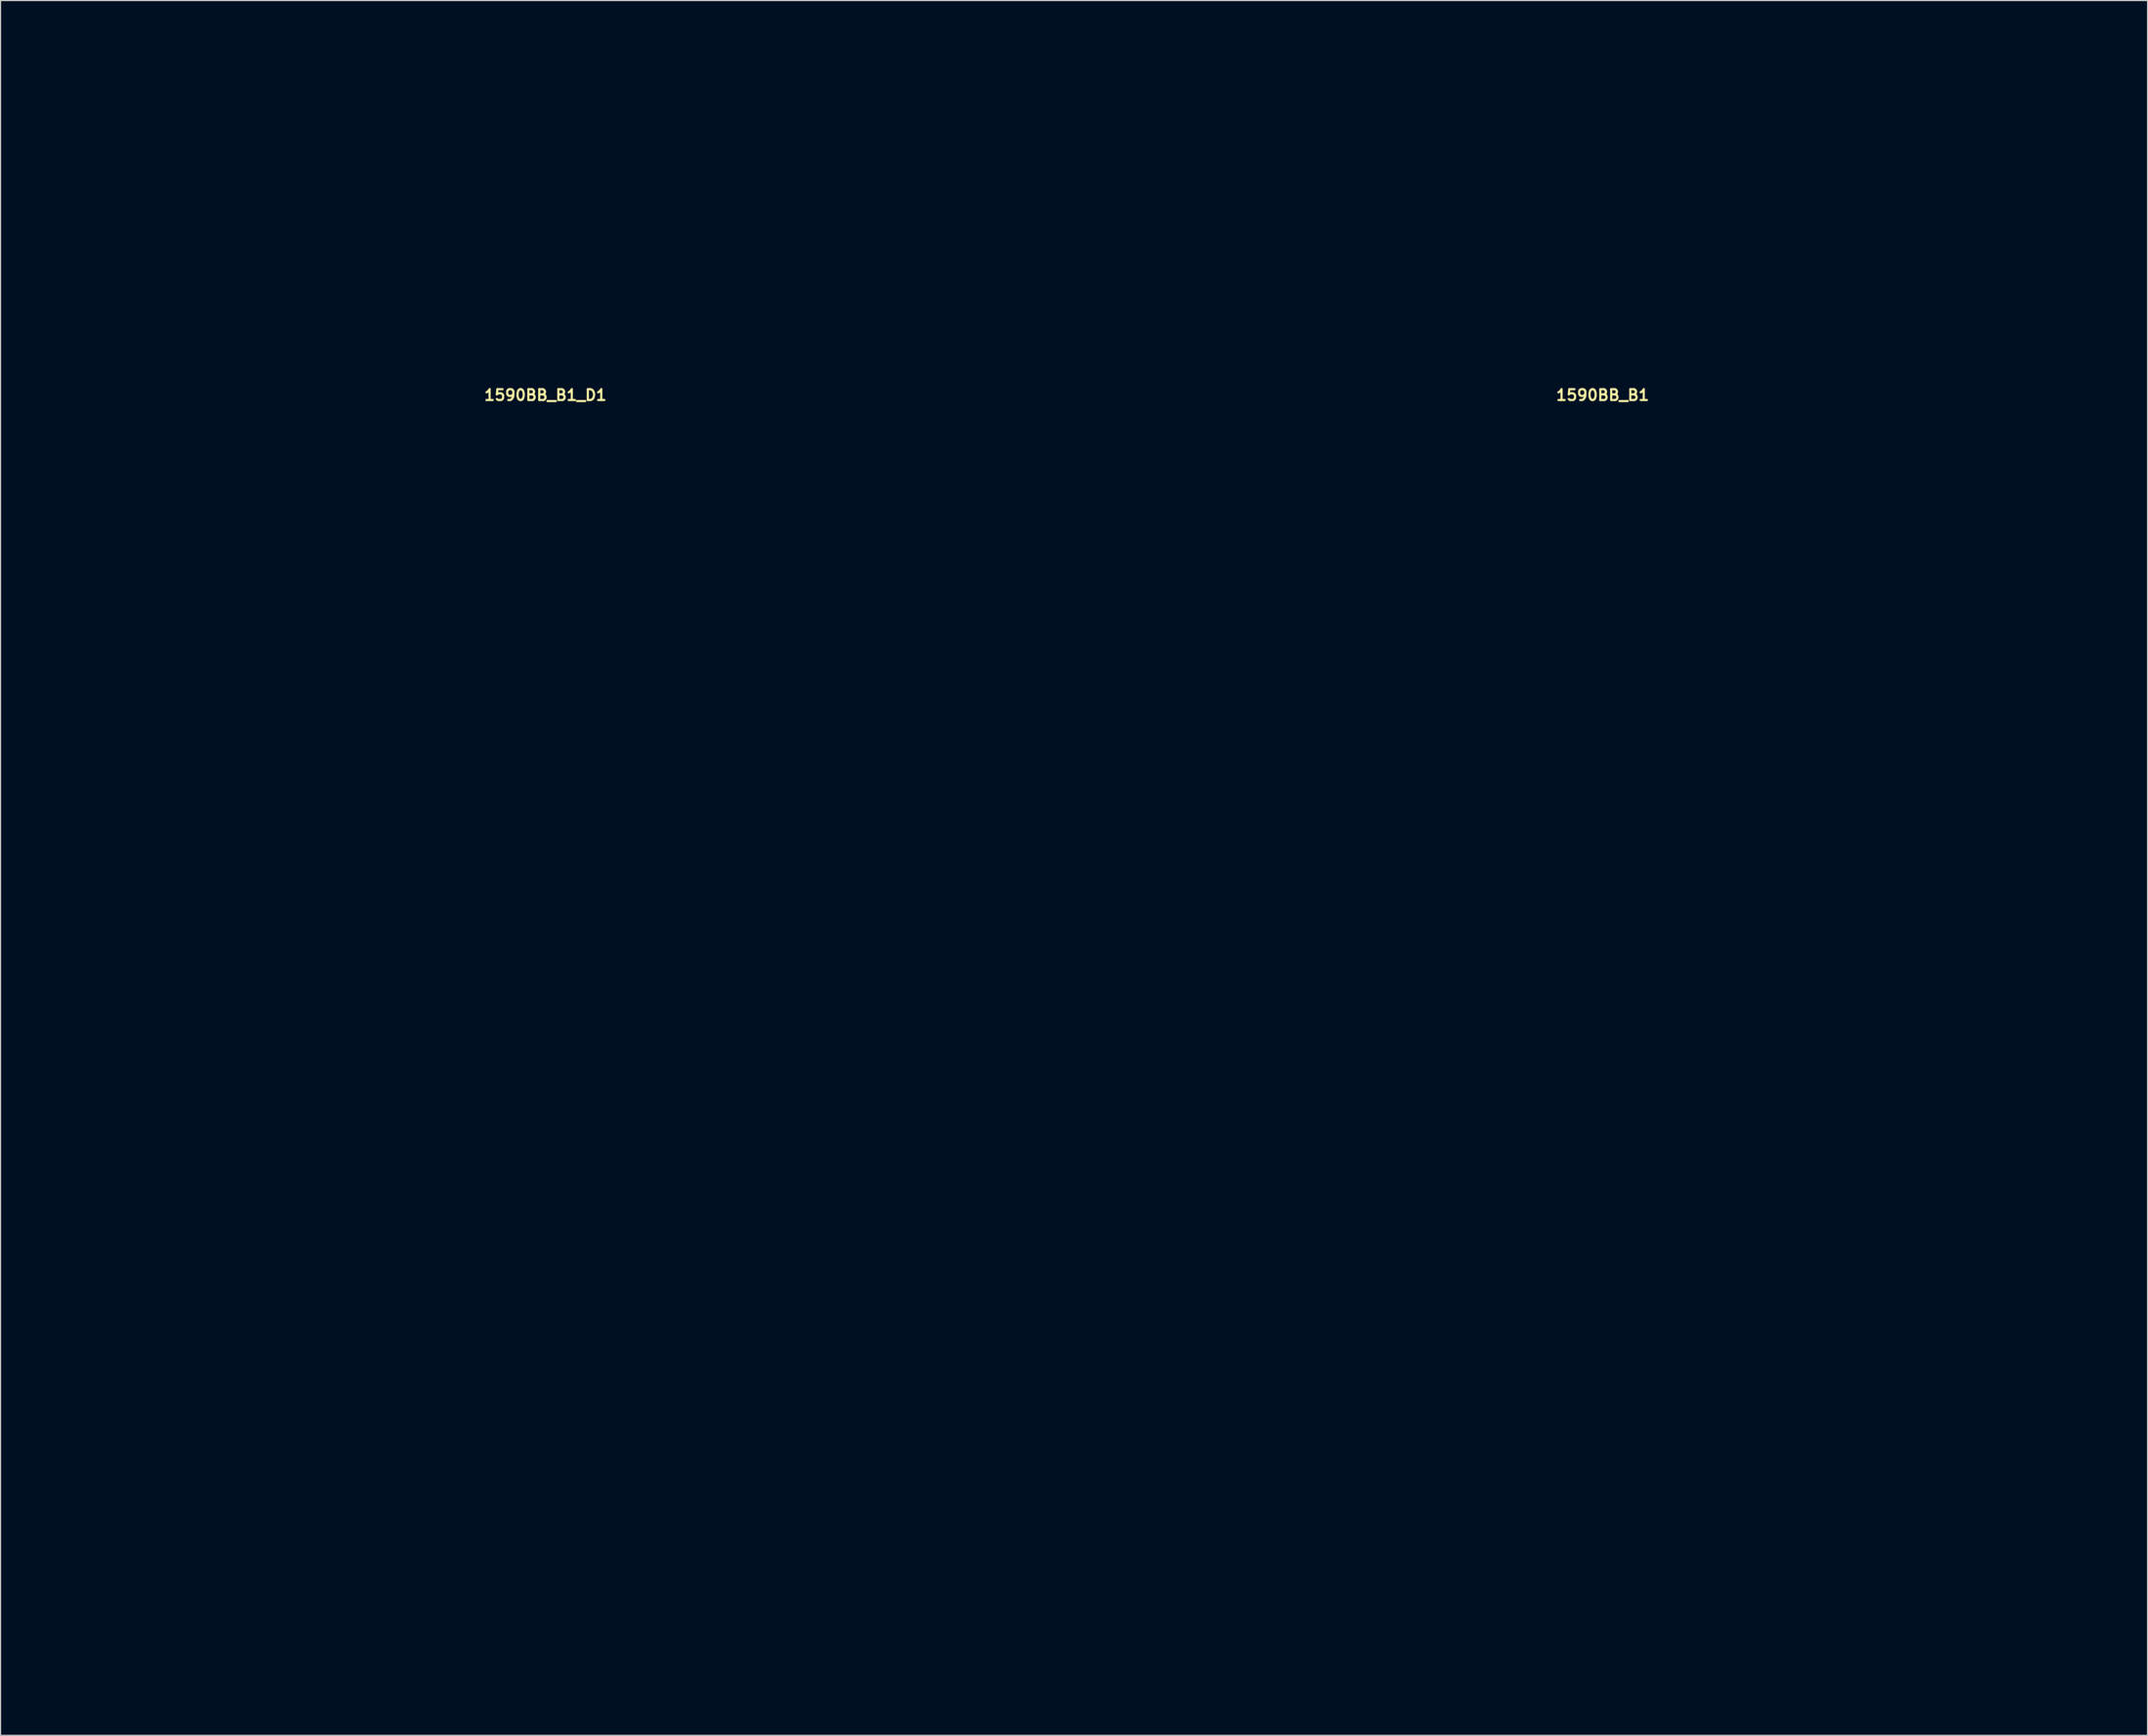
<source format=kicad_pcb>
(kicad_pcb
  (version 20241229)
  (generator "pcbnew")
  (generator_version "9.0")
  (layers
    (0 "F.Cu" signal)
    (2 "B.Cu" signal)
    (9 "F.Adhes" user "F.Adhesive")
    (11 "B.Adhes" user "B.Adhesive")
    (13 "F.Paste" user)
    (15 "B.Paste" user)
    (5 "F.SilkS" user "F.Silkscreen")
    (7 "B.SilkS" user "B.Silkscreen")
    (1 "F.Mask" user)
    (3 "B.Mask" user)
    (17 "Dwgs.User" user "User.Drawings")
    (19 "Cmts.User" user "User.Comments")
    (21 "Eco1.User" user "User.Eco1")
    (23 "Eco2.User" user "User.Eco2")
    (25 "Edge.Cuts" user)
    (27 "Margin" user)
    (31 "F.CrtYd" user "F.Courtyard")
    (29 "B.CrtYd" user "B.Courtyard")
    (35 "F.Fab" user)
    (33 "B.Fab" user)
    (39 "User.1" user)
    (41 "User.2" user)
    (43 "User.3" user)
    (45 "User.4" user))
  (footprint "1590BB_B1"
    (layer "F.Cu")
    (at 144.6 93.95)
    (property "Reference" "1590BB_B1" (at 0 -60.579 0) (layer "F.SilkS") (effects (font (size 1 1) (thickness 0.2))))
    (attr through_hole)
    (fp_line (start -47 -93.75) (end -47 -59.75) (stroke (width 0.4) (type solid)) (layer "Eco1.User"))
    (fp_line (start -47 -93.75) (end 47 -93.75) (stroke (width 0.4) (type solid)) (layer "Eco1.User"))
    (fp_line (start -47 -89.75) (end 47 -89.75) (stroke (width 0.4) (type solid)) (layer "Eco1.User"))
    (fp_line (start -47 -59.75) (end -47 59.75) (stroke (width 0.4) (type solid)) (layer "Eco1.User"))
    (fp_line (start -47 -59.75) (end 47 -59.75) (stroke (width 0.4) (type solid)) (layer "Eco1.User"))
    (fp_line (start -47 59.75) (end 47 59.75) (stroke (width 0.4) (type solid)) (layer "Eco1.User"))
    (fp_line (start -44.75 -57.5) (end -44.75 57.5) (stroke (width 0.4) (type solid)) (layer "Eco1.User"))
    (fp_line (start -44.75 -57.5) (end 44.75 -57.5) (stroke (width 0.4) (type solid)) (layer "Eco1.User"))
    (fp_line (start -44.75 -51.75) (end -42 -51.75) (stroke (width 0.4) (type solid)) (layer "Eco1.User"))
    (fp_line (start -44.75 51.75) (end -42 51.75) (stroke (width 0.4) (type solid)) (layer "Eco1.User"))
    (fp_line (start -44.75 57.5) (end 44.75 57.5) (stroke (width 0.4) (type solid)) (layer "Eco1.User"))
    (fp_line (start -39 -57.5) (end -39 -54.75) (stroke (width 0.4) (type solid)) (layer "Eco1.User"))
    (fp_line (start -39 54.75) (end -39 57.5) (stroke (width 0.4) (type solid)) (layer "Eco1.User"))
    (fp_line (start 39 -57.5) (end 39 -54.75) (stroke (width 0.4) (type solid)) (layer "Eco1.User"))
    (fp_line (start 39 54.75) (end 39 57.5) (stroke (width 0.4) (type solid)) (layer "Eco1.User"))
    (fp_line (start 42 -51.75) (end 44.75 -51.75) (stroke (width 0.4) (type solid)) (layer "Eco1.User"))
    (fp_line (start 42 51.75) (end 44.75 51.75) (stroke (width 0.4) (type solid)) (layer "Eco1.User"))
    (fp_line (start 44.75 -57.5) (end 44.75 57.5) (stroke (width 0.4) (type solid)) (layer "Eco1.User"))
    (fp_line (start 47 -93.75) (end 47 -59.75) (stroke (width 0.4) (type solid)) (layer "Eco1.User"))
    (fp_line (start 47 -59.75) (end 47 59.75) (stroke (width 0.4) (type solid)) (layer "Eco1.User"))
    (fp_arc (start -42 51.75) (mid -39.87868 52.62868) (end -39 54.75) (stroke (width 0.4) (type solid)) (layer "Eco1.User"))
    (fp_arc (start -39 -54.75) (mid -39.87868 -52.62868) (end -42 -51.75) (stroke (width 0.4) (type solid)) (layer "Eco1.User"))
    (fp_arc (start 39 54.75) (mid 39.87868 52.62868) (end 42 51.75) (stroke (width 0.4) (type solid)) (layer "Eco1.User"))
    (fp_arc (start 42 -51.75) (mid 39.87868 -52.62868) (end 39 -54.75) (stroke (width 0.4) (type solid)) (layer "Eco1.User"))
    (fp_circle (center -42 -54.75) (end -40.25 -54.75) (stroke (width 0.4) (type solid)) (fill no) (layer "Eco1.User"))
    (fp_circle (center -42 54.75) (end -40.25 54.75) (stroke (width 0.4) (type solid)) (fill no) (layer "Eco1.User"))
    (fp_circle (center -19.05 -74.5) (end -11.55 -74.5) (stroke (width 0.4) (type solid)) (fill no) (layer "Eco1.User"))
    (fp_circle (center 0 -73.5) (end 5.5 -73.5) (stroke (width 0.4) (type solid)) (fill no) (layer "Eco1.User"))
    (fp_circle (center 19.05 -74.5) (end 26.55 -74.5) (stroke (width 0.4) (type solid)) (fill no) (layer "Eco1.User"))
    (fp_circle (center 42 -54.75) (end 43.75 -54.75) (stroke (width 0.4) (type solid)) (fill no) (layer "Eco1.User"))
    (fp_circle (center 42 54.75) (end 43.75 54.75) (stroke (width 0.4) (type solid)) (fill no) (layer "Eco1.User")))
  (footprint "1590BB_B1_D1"
    (layer "F.Cu")
    (at 47.2 93.95)
    (property "Reference" "1590BB_B1_D1" (at 0 -60.579 0) (layer "F.SilkS") (effects (font (size 1 1) (thickness 0.2))))
    (attr through_hole)
    (fp_line (start -47 -93.75) (end -47 -59.75) (stroke (width 0.4) (type solid)) (layer "Eco1.User"))
    (fp_line (start -47 -93.75) (end 47 -93.75) (stroke (width 0.4) (type solid)) (layer "Eco1.User"))
    (fp_line (start -47 -89.75) (end 47 -89.75) (stroke (width 0.4) (type solid)) (layer "Eco1.User"))
    (fp_line (start -47 -59.75) (end -47 59.75) (stroke (width 0.4) (type solid)) (layer "Eco1.User"))
    (fp_line (start -47 -59.75) (end 47 -59.75) (stroke (width 0.4) (type solid)) (layer "Eco1.User"))
    (fp_line (start -47 59.75) (end 47 59.75) (stroke (width 0.4) (type solid)) (layer "Eco1.User"))
    (fp_line (start -44.75 -57.5) (end -44.75 57.5) (stroke (width 0.4) (type solid)) (layer "Eco1.User"))
    (fp_line (start -44.75 -57.5) (end 44.75 -57.5) (stroke (width 0.4) (type solid)) (layer "Eco1.User"))
    (fp_line (start -44.75 -51.75) (end -42 -51.75) (stroke (width 0.4) (type solid)) (layer "Eco1.User"))
    (fp_line (start -44.75 51.75) (end -42 51.75) (stroke (width 0.4) (type solid)) (layer "Eco1.User"))
    (fp_line (start -44.75 57.5) (end 44.75 57.5) (stroke (width 0.4) (type solid)) (layer "Eco1.User"))
    (fp_line (start -39 -57.5) (end -39 -54.75) (stroke (width 0.4) (type solid)) (layer "Eco1.User"))
    (fp_line (start -39 54.75) (end -39 57.5) (stroke (width 0.4) (type solid)) (layer "Eco1.User"))
    (fp_line (start 39 -57.5) (end 39 -54.75) (stroke (width 0.4) (type solid)) (layer "Eco1.User"))
    (fp_line (start 39 54.75) (end 39 57.5) (stroke (width 0.4) (type solid)) (layer "Eco1.User"))
    (fp_line (start 42 -51.75) (end 44.75 -51.75) (stroke (width 0.4) (type solid)) (layer "Eco1.User"))
    (fp_line (start 42 51.75) (end 44.75 51.75) (stroke (width 0.4) (type solid)) (layer "Eco1.User"))
    (fp_line (start 44.75 -57.5) (end 44.75 57.5) (stroke (width 0.4) (type solid)) (layer "Eco1.User"))
    (fp_line (start 47 -93.75) (end 47 -59.75) (stroke (width 0.4) (type solid)) (layer "Eco1.User"))
    (fp_line (start 47 -59.75) (end 47 59.75) (stroke (width 0.4) (type solid)) (layer "Eco1.User"))
    (fp_arc (start -42 51.75) (mid -39.87868 52.62868) (end -39 54.75) (stroke (width 0.4) (type solid)) (layer "Eco1.User"))
    (fp_arc (start -39 -54.75) (mid -39.87868 -52.62868) (end -42 -51.75) (stroke (width 0.4) (type solid)) (layer "Eco1.User"))
    (fp_arc (start 39 54.75) (mid 39.87868 52.62868) (end 42 51.75) (stroke (width 0.4) (type solid)) (layer "Eco1.User"))
    (fp_arc (start 42 -51.75) (mid 39.87868 -52.62868) (end 39 -54.75) (stroke (width 0.4) (type solid)) (layer "Eco1.User"))
    (fp_circle (center -42 -54.75) (end -40.25 -54.75) (stroke (width 0.4) (type solid)) (fill no) (layer "Eco1.User"))
    (fp_circle (center -42 54.75) (end -40.25 54.75) (stroke (width 0.4) (type solid)) (fill no) (layer "Eco1.User"))
    (fp_circle (center -40.92 -31.55) (end -39.52 -31.55) (stroke (width 0.4) (type solid)) (fill no) (layer "Eco1.User"))
    (fp_circle (center -39.37 -5.08) (end -37.87 -5.08) (stroke (width 0.4) (type solid)) (fill no) (layer "Eco1.User"))
    (fp_circle (center -33.02 -31.55) (end -29.32 -31.55) (stroke (width 0.4) (type solid)) (fill no) (layer "Eco1.User"))
    (fp_circle (center -29.21 -52.07) (end -27.71 -52.07) (stroke (width 0.4) (type solid)) (fill no) (layer "Eco1.User"))
    (fp_circle (center -26.67 -5.08) (end -23.67 -5.08) (stroke (width 0.4) (type solid)) (fill no) (layer "Eco1.User"))
    (fp_circle (center -19.05 -74.5) (end -11.55 -74.5) (stroke (width 0.4) (type solid)) (fill no) (layer "Eco1.User"))
    (fp_circle (center -8.89 -52.07) (end -7.39 -52.07) (stroke (width 0.4) (type solid)) (fill no) (layer "Eco1.User"))
    (fp_circle (center -7.9 -31.55) (end -6.5 -31.55) (stroke (width 0.4) (type solid)) (fill no) (layer "Eco1.User"))
    (fp_circle (center 0 -73.5) (end 5.5 -73.5) (stroke (width 0.4) (type solid)) (fill no) (layer "Eco1.User"))
    (fp_circle (center 0 -31.55) (end 3.7 -31.55) (stroke (width 0.4) (type solid)) (fill no) (layer "Eco1.User"))
    (fp_circle (center 0 -5.08) (end 3 -5.08) (stroke (width 0.4) (type solid)) (fill no) (layer "Eco1.User"))
    (fp_circle (center 0 13.97) (end 2.65 13.97) (stroke (width 0.4) (type solid)) (fill no) (layer "Eco1.User"))
    (fp_circle (center 0 29.21) (end 6.5 29.21) (stroke (width 0.4) (type solid)) (fill no) (layer "Eco1.User"))
    (fp_circle (center 8.89 -52.07) (end 10.39 -52.07) (stroke (width 0.4) (type solid)) (fill no) (layer "Eco1.User"))
    (fp_circle (center 19.05 -74.5) (end 26.55 -74.5) (stroke (width 0.4) (type solid)) (fill no) (layer "Eco1.User"))
    (fp_circle (center 25.12 -31.55) (end 26.52 -31.55) (stroke (width 0.4) (type solid)) (fill no) (layer "Eco1.User"))
    (fp_circle (center 26.67 -5.08) (end 29.67 -5.08) (stroke (width 0.4) (type solid)) (fill no) (layer "Eco1.User"))
    (fp_circle (center 29.21 -52.07) (end 30.71 -52.07) (stroke (width 0.4) (type solid)) (fill no) (layer "Eco1.User"))
    (fp_circle (center 33.02 -31.55) (end 36.72 -31.55) (stroke (width 0.4) (type solid)) (fill no) (layer "Eco1.User"))
    (fp_circle (center 39.37 -5.08) (end 40.87 -5.08) (stroke (width 0.4) (type solid)) (fill no) (layer "Eco1.User"))
    (fp_circle (center 42 -54.75) (end 43.75 -54.75) (stroke (width 0.4) (type solid)) (fill no) (layer "Eco1.User"))
    (fp_circle (center 42 54.75) (end 43.75 54.75) (stroke (width 0.4) (type solid)) (fill no) (layer "Eco1.User")))
  (gr_rect
    (start -3 -3)
    (end 194.8 156.9)
    (stroke (width 0.1) (type default))
    (fill no)
    (layer "Edge.Cuts")))
</source>
